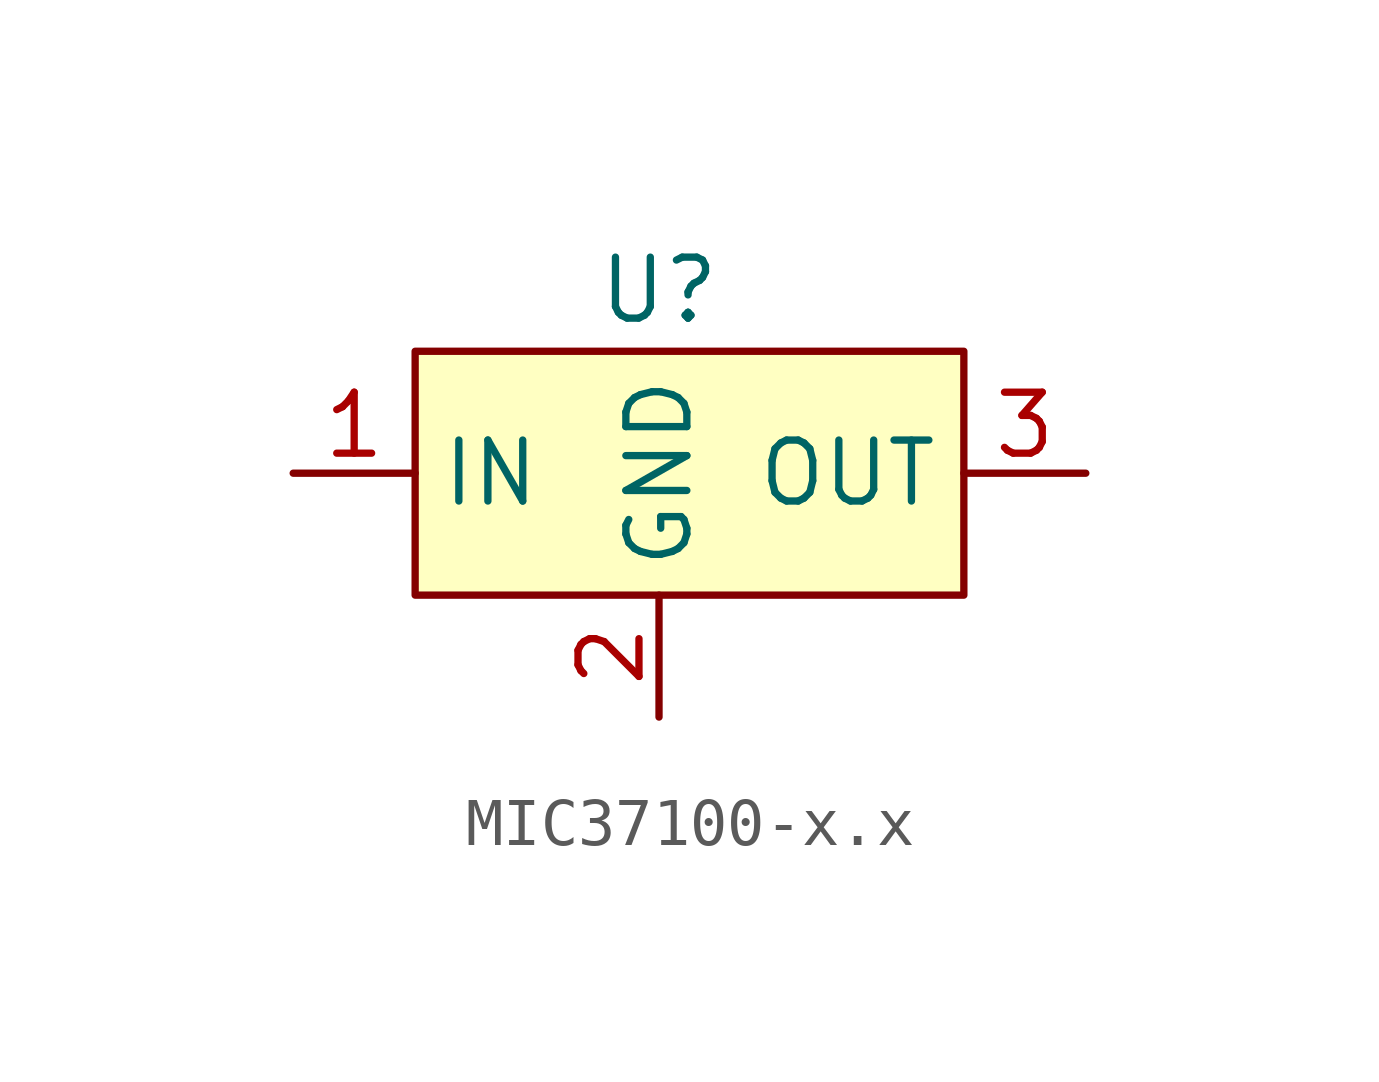
<source format=kicad_sym>
(kicad_symbol_lib
  (version 20220914)
  (generator kicad_symbol_editor)
  (symbol "MIC37100-x.x"
    (property "Reference" "U"
      (at 0 2.54 0)
      (effects (font (size 1.27 1.27))))
    (property "Value" ""
      (at 0 2.54 0)
      (effects (font (size 1.27 1.27))))
    (symbol "MIC37100-x.x_1_1"
      (rectangle (start -5.08 1.27) (end 6.35 -3.81) (stroke (width 0) (type default)) (fill (type background)))
      (pin input line (at -7.62 -1.27 0) (length 2.54) (name "IN" (effects (font (size 1.27 1.27)))) (number "1" (effects (font (size 1.27 1.27)))))
      (pin passive line (at 0 -6.35 90) (length 2.54) (name "GND" (effects (font (size 1.27 1.27)))) (number "2" (effects (font (size 1.27 1.27)))))
      (pin output line (at 8.89 -1.27 180) (length 2.54) (name "OUT" (effects (font (size 1.27 1.27)))) (number "3" (effects (font (size 1.27 1.27))))))))
</source>
